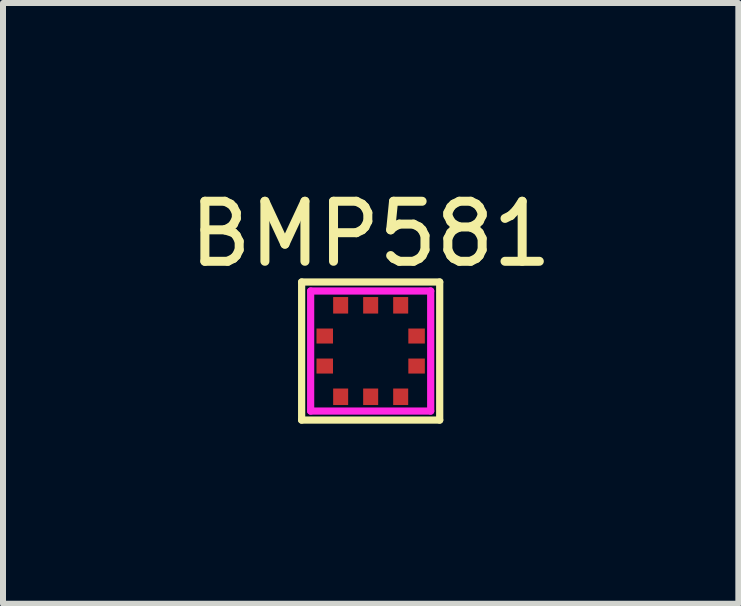
<source format=kicad_pcb>
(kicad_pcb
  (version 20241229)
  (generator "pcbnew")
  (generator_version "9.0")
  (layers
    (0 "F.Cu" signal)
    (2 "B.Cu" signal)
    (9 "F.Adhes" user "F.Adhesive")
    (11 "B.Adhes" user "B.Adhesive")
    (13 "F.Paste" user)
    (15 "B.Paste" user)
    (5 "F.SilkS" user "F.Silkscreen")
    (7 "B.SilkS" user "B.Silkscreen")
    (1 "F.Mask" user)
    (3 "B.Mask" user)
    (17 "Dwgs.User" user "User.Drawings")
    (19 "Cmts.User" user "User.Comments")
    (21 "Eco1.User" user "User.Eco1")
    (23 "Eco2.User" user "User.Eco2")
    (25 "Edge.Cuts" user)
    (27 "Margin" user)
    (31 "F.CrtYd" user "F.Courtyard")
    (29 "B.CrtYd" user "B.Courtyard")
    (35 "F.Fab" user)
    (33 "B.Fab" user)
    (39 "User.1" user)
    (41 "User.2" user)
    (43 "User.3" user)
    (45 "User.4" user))
  (footprint "BMP581"
    (layer "F.Cu")
    (at 3.125 2.798)
    (property "Reference" "BMP581" (at 0 -1.95 0) (layer "F.SilkS") (effects (font (size 1 1) (thickness 0.15))))
    (attr through_hole)
    (fp_line (start -1.15 -1.15) (end -1.15 1.15) (stroke (width 0.12) (type solid)) (layer "F.SilkS"))
    (fp_line (start -1.15 -1.15) (end 1.15 -1.15) (stroke (width 0.12) (type solid)) (layer "F.SilkS"))
    (fp_line (start -1.15 1.15) (end 1.15 1.15) (stroke (width 0.12) (type solid)) (layer "F.SilkS"))
    (fp_line (start 1.15 1.15) (end 1.15 -1.15) (stroke (width 0.12) (type solid)) (layer "F.SilkS"))
    (fp_line (start -1 -1) (end -1 1) (stroke (width 0.12) (type solid)) (layer "F.CrtYd"))
    (fp_line (start -1 -1) (end 1 -1) (stroke (width 0.12) (type solid)) (layer "F.CrtYd"))
    (fp_line (start -1 1) (end 1 1) (stroke (width 0.12) (type solid)) (layer "F.CrtYd"))
    (fp_line (start 1 -1) (end 1 1) (stroke (width 0.12) (type solid)) (layer "F.CrtYd"))
    (pad "1" smd rect (at -0.765 -0.25) (size 0.275 0.25) (layers "F.Cu" "F.Mask" "F.Paste"))
    (pad "2" smd rect (at -0.765 0.25) (size 0.275 0.25) (layers "F.Cu" "F.Mask" "F.Paste"))
    (pad "3" smd rect (at -0.5 0.762) (size 0.25 0.275) (layers "F.Cu" "F.Mask" "F.Paste"))
    (pad "4" smd rect (at 0 0.762) (size 0.25 0.275) (layers "F.Cu" "F.Mask" "F.Paste"))
    (pad "5" smd rect (at 0.5 0.762) (size 0.25 0.275) (layers "F.Cu" "F.Mask" "F.Paste"))
    (pad "6" smd rect (at 0.765 0.25) (size 0.275 0.25) (layers "F.Cu" "F.Mask" "F.Paste"))
    (pad "7" smd rect (at 0.765 -0.25) (size 0.275 0.25) (layers "F.Cu" "F.Mask" "F.Paste"))
    (pad "8" smd rect (at 0.5 -0.762) (size 0.25 0.275) (layers "F.Cu" "F.Mask" "F.Paste"))
    (pad "9" smd rect (at 0 -0.762) (size 0.25 0.275) (layers "F.Cu" "F.Mask" "F.Paste"))
    (pad "10" smd rect (at -0.5 -0.762) (size 0.25 0.275) (layers "F.Cu" "F.Mask" "F.Paste")))
  (gr_rect
    (start -3 -3)
    (end 9.25 7.008)
    (stroke (width 0.1) (type default))
    (fill no)
    (layer "Edge.Cuts")))
</source>
